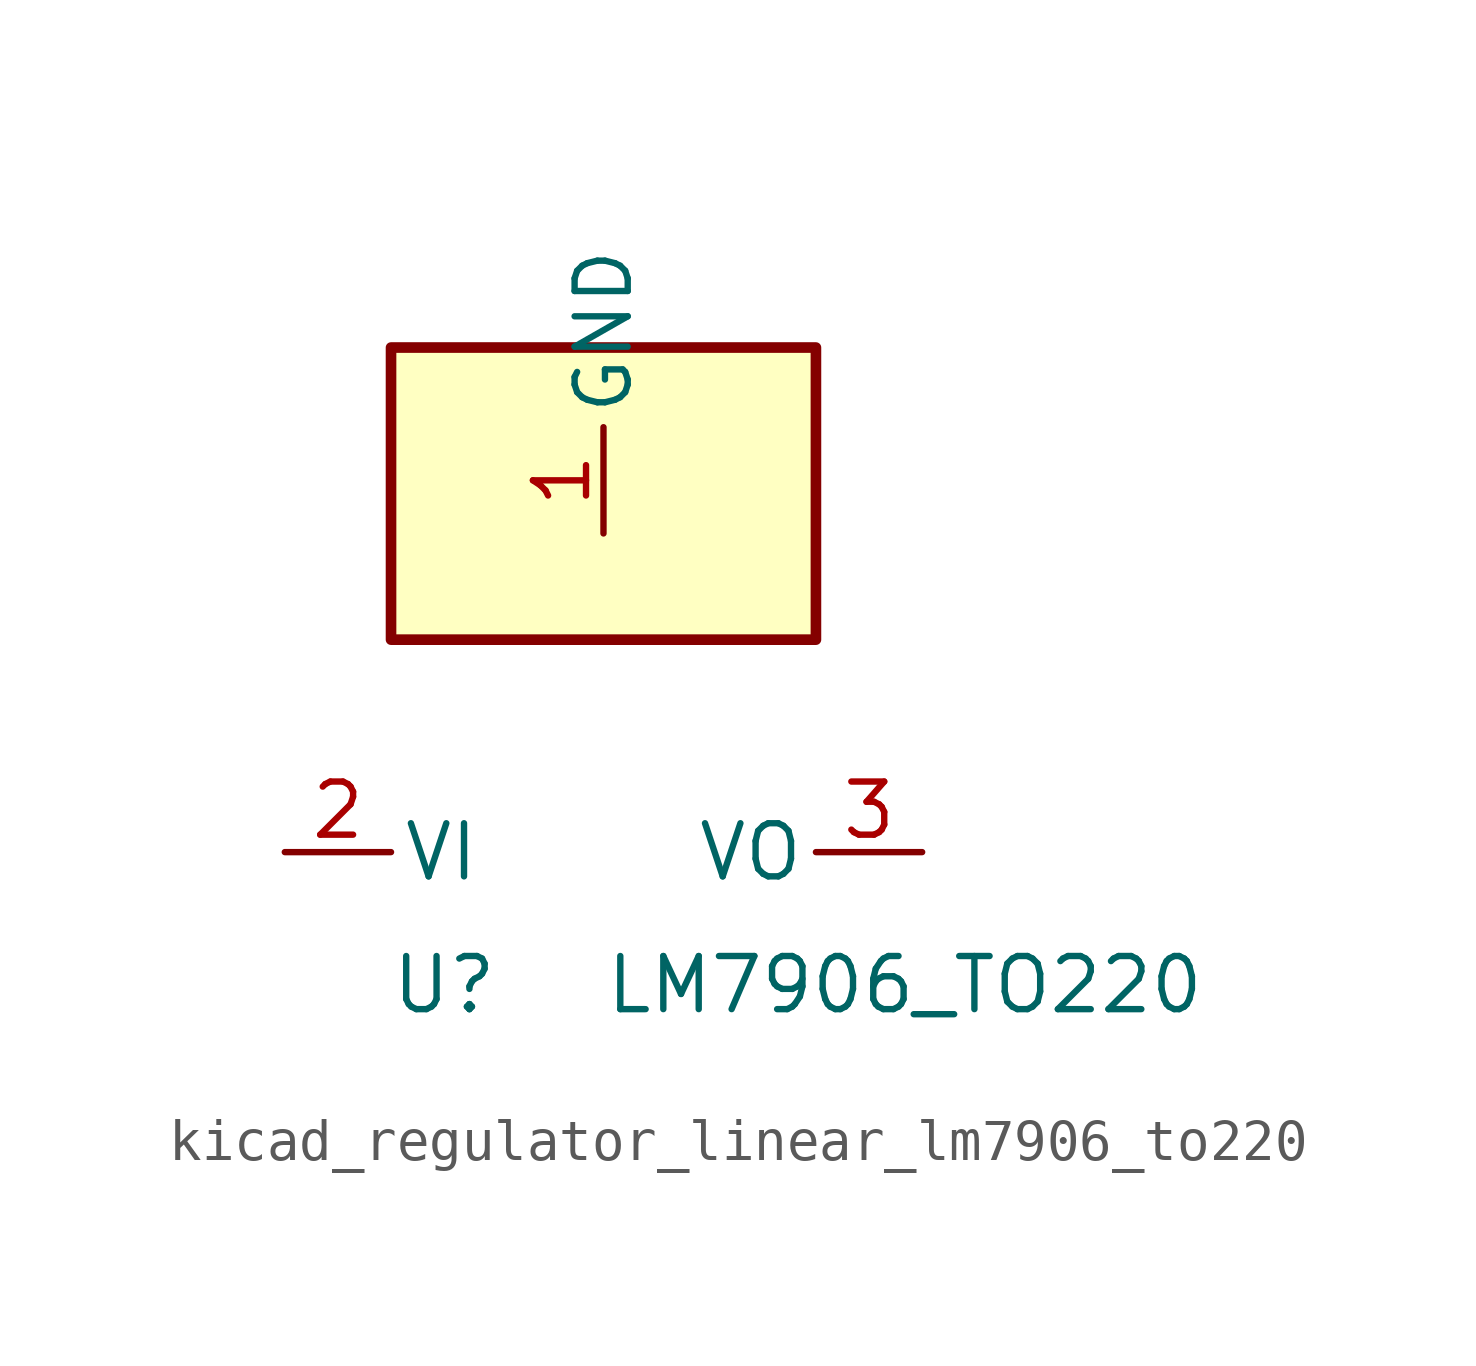
<source format=kicad_sym>
(kicad_symbol_lib
  (version 20220914)
  (generator kicad_symbol_editor)
  (symbol "kicad_regulator_linear_lm7906_to220"
    (pin_names
      (offset 0.254))
    (property "Reference" "U"
      (at -3.81 -3.175 0)
      (effects (font (size 1.27 1.27))))
    (property "Value" "LM7906_TO220"
      (at 0 -3.175 0)
      (effects (font (size 1.27 1.27)) (justify left)))
    (symbol "kicad_regulator_linear_lm7906_to220_0_1"
      (rectangle (start 5.08 12.065) (end -5.08 5.08) (stroke (width 0.254) (type default)) (fill (type background))))
    (symbol "kicad_regulator_linear_lm7906_to220_1_1"
      (pin power_in line (at 0 7.62 90) (length 2.54) (name "GND" (effects (font (size 1.27 1.27)))) (number "1" (effects (font (size 1.27 1.27)))))
      (pin power_in line (at -7.62 0 0) (length 2.54) (name "VI" (effects (font (size 1.27 1.27)))) (number "2" (effects (font (size 1.27 1.27)))))
      (pin power_out line (at 7.62 0 180) (length 2.54) (name "VO" (effects (font (size 1.27 1.27)))) (number "3" (effects (font (size 1.27 1.27))))))))
</source>
